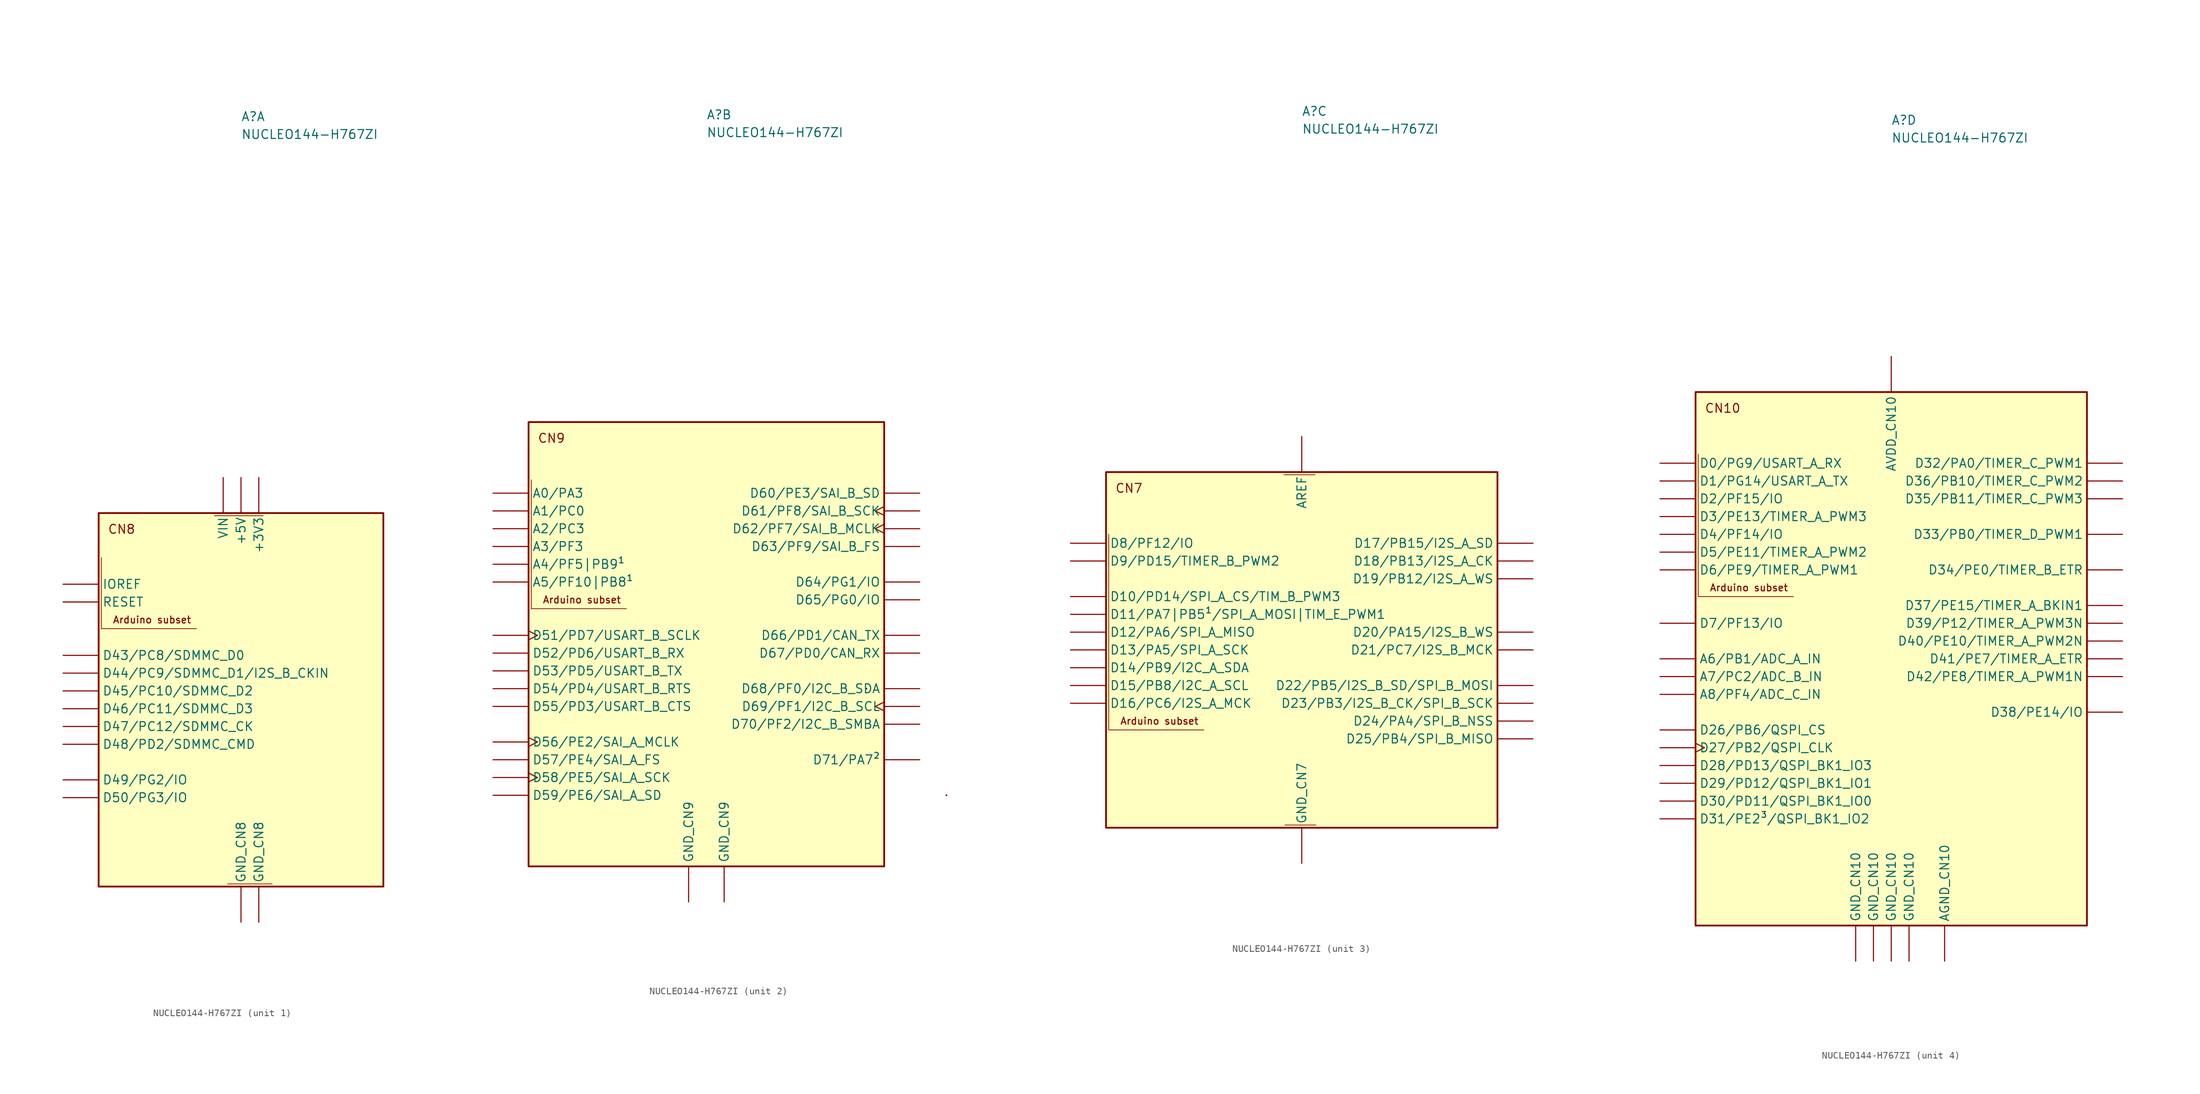
<source format=kicad_sym>
(kicad_symbol_lib
  (version 20231120)
  (generator "kicad_symbol_editor")
  (generator_version "8.0")
  (symbol "NUCLEO144-H767ZI"
    (pin_numbers hide)
    (property "Reference" "A"
      (at 0 76.2 0)
      (effects (font (size 1.27 1.27)) (justify left bottom)))
    (property "Value" "NUCLEO144-H767ZI"
      (at 0 73.66 0)
      (effects (font (size 1.27 1.27)) (justify left bottom)))
    (property "ki_locked" ""
      (at 0 0 0)
      (effects (font (size 1.27 1.27))))
    (symbol "NUCLEO144-H767ZI_1_0"
      (rectangle (start -20.32 20.32) (end 20.32 -33.02) (stroke (width 0.254) (type solid)) (fill (type background)))
      (polyline (pts (xy -19.939 13.97) (xy -19.939 3.81) (xy -6.35 3.81)) (stroke (width 0.102) (type solid)) (fill (type none)))
      (text "Arduino subset" (at -12.7 5.08 0) (effects (font (size 0.991 0.991))))
      (text "CN8" (at -19.05 17.272 0) (effects (font (size 1.27 1.27)) (justify left bottom)))
      (pin no_connect line (at -25.4 12.7 0) (length 5.08) hide (name "NC" (effects (font (size 1.27 1.27)))) (number "CN8_1" (effects (font (size 1.27 1.27)))))
      (pin bidirectional line (at -25.4 -10.16 0) (length 5.08) (name "D47/PC12/SDMMC_CK" (effects (font (size 1.27 1.27)))) (number "CN8_10" (effects (font (size 1.27 1.27)))))
      (pin power_in line (at 2.54 -38.1 90) (length 5.08) (name "GND_CN8" (effects (font (size 1.27 1.27)))) (number "CN8_11" (effects (font (size 1.27 1.27)))))
      (pin bidirectional line (at -25.4 -12.7 0) (length 5.08) (name "D48/PD2/SDMMC_CMD" (effects (font (size 1.27 1.27)))) (number "CN8_12" (effects (font (size 1.27 1.27)))))
      (pin power_in line (at 0 -38.1 90) (length 5.08) (name "GND_CN8" (effects (font (size 1.27 1.27)))) (number "CN8_13" (effects (font (size 1.27 1.27)))))
      (pin bidirectional line (at -25.4 -17.78 0) (length 5.08) (name "D49/PG2/IO" (effects (font (size 1.27 1.27)))) (number "CN8_14" (effects (font (size 1.27 1.27)))))
      (pin power_in line (at -2.54 25.4 270) (length 5.08) (name "VIN" (effects (font (size 1.27 1.27)))) (number "CN8_15" (effects (font (size 1.27 1.27)))))
      (pin bidirectional line (at -25.4 -20.32 0) (length 5.08) (name "D50/PG3/IO" (effects (font (size 1.27 1.27)))) (number "CN8_16" (effects (font (size 1.27 1.27)))))
      (pin bidirectional line (at -25.4 0 0) (length 5.08) (name "D43/PC8/SDMMC_D0" (effects (font (size 1.27 1.27)))) (number "CN8_2" (effects (font (size 1.27 1.27)))))
      (pin bidirectional line (at -25.4 10.16 0) (length 5.08) (name "IOREF" (effects (font (size 1.27 1.27)))) (number "CN8_3" (effects (font (size 1.27 1.27)))))
      (pin bidirectional line (at -25.4 -2.54 0) (length 5.08) (name "D44/PC9/SDMMC_D1/I2S_B_CKIN" (effects (font (size 1.27 1.27)))) (number "CN8_4" (effects (font (size 1.27 1.27)))))
      (pin bidirectional line (at -25.4 7.62 0) (length 5.08) (name "RESET" (effects (font (size 1.27 1.27)))) (number "CN8_5" (effects (font (size 1.27 1.27)))))
      (pin bidirectional line (at -25.4 -5.08 0) (length 5.08) (name "D45/PC10/SDMMC_D2" (effects (font (size 1.27 1.27)))) (number "CN8_6" (effects (font (size 1.27 1.27)))))
      (pin power_in line (at 2.54 25.4 270) (length 5.08) (name "+3V3" (effects (font (size 1.27 1.27)))) (number "CN8_7" (effects (font (size 1.27 1.27)))))
      (pin bidirectional line (at -25.4 -7.62 0) (length 5.08) (name "D46/PC11/SDMMC_D3" (effects (font (size 1.27 1.27)))) (number "CN8_8" (effects (font (size 1.27 1.27)))))
      (pin power_in line (at 0 25.4 270) (length 5.08) (name "+5V" (effects (font (size 1.27 1.27)))) (number "CN8_9" (effects (font (size 1.27 1.27))))))
    (symbol "NUCLEO144-H767ZI_1_1"
      (polyline (pts (xy -3.81 19.939) (xy 3.175 19.939)) (stroke (width 0.102) (type solid)) (fill (type none)))
      (polyline (pts (xy -1.905 -32.639) (xy 4.445 -32.639)) (stroke (width 0.102) (type solid)) (fill (type none))))
    (symbol "NUCLEO144-H767ZI_2_0"
      (rectangle (start -25.4 33.02) (end 25.4 -30.48) (stroke (width 0.254) (type solid)) (fill (type background)))
      (polyline (pts (xy -25.019 24.765) (xy -25.019 6.35) (xy -11.43 6.35)) (stroke (width 0.102) (type solid)) (fill (type none)))
      (rectangle (start 22.86 -5.08) (end 22.86 -5.08) (stroke (width 0.254) (type solid)) (fill (type none)))
      (rectangle (start 34.29 -20.32) (end 34.29 -20.32) (stroke (width 0.254) (type solid)) (fill (type none)))
      (text "Arduino subset" (at -17.78 7.62 0) (effects (font (size 0.991 0.991))))
      (text "CN9" (at -24.13 29.972 0) (effects (font (size 1.27 1.27)) (justify left bottom)))
      (pin bidirectional line (at -30.48 22.86 0) (length 5.08) (name "A0/PA3" (effects (font (size 1.27 1.27)))) (number "CN9_1" (effects (font (size 1.27 1.27)))))
      (pin bidirectional line (at -30.48 -7.62 0) (length 5.08) (name "D55/PD3/USART_B_CTS" (effects (font (size 1.27 1.27)))) (number "CN9_10" (effects (font (size 1.27 1.27)))))
      (pin bidirectional line (at -30.48 10.16 0) (length 5.08) (name "A5/PF10|PB8¹" (effects (font (size 1.27 1.27)))) (number "CN9_11" (effects (font (size 1.27 1.27)))))
      (pin power_in line (at -2.54 -35.56 90) (length 5.08) (name "GND_CN9" (effects (font (size 1.27 1.27)))) (number "CN9_12" (effects (font (size 1.27 1.27)))))
      (pin no_connect line (at 30.48 -20.32 180) (length 5.08) hide (name "D72/NC" (effects (font (size 1.27 1.27)))) (number "CN9_13" (effects (font (size 1.27 1.27)))))
      (pin bidirectional clock (at -30.48 -12.7 0) (length 5.08) (name "D56/PE2/SAI_A_MCLK" (effects (font (size 1.27 1.27)))) (number "CN9_14" (effects (font (size 1.27 1.27)))))
      (pin bidirectional line (at 30.48 -15.24 180) (length 5.08) (name "D71/PA7²" (effects (font (size 1.27 1.27)))) (number "CN9_15" (effects (font (size 1.27 1.27)))))
      (pin bidirectional line (at -30.48 -15.24 0) (length 5.08) (name "D57/PE4/SAI_A_FS" (effects (font (size 1.27 1.27)))) (number "CN9_16" (effects (font (size 1.27 1.27)))))
      (pin bidirectional line (at 30.48 -10.16 180) (length 5.08) (name "D70/PF2/I2C_B_SMBA" (effects (font (size 1.27 1.27)))) (number "CN9_17" (effects (font (size 1.27 1.27)))))
      (pin bidirectional clock (at -30.48 -17.78 0) (length 5.08) (name "D58/PE5/SAI_A_SCK" (effects (font (size 1.27 1.27)))) (number "CN9_18" (effects (font (size 1.27 1.27)))))
      (pin bidirectional clock (at 30.48 -7.62 180) (length 5.08) (name "D69/PF1/I2C_B_SCL" (effects (font (size 1.27 1.27)))) (number "CN9_19" (effects (font (size 1.27 1.27)))))
      (pin bidirectional clock (at -30.48 2.54 0) (length 5.08) (name "D51/PD7/USART_B_SCLK" (effects (font (size 1.27 1.27)))) (number "CN9_2" (effects (font (size 1.27 1.27)))))
      (pin bidirectional line (at -30.48 -20.32 0) (length 5.08) (name "D59/PE6/SAI_A_SD" (effects (font (size 1.27 1.27)))) (number "CN9_20" (effects (font (size 1.27 1.27)))))
      (pin bidirectional line (at 30.48 -5.08 180) (length 5.08) (name "D68/PF0/I2C_B_SDA" (effects (font (size 1.27 1.27)))) (number "CN9_21" (effects (font (size 1.27 1.27)))))
      (pin bidirectional line (at 30.48 22.86 180) (length 5.08) (name "D60/PE3/SAI_B_SD" (effects (font (size 1.27 1.27)))) (number "CN9_22" (effects (font (size 1.27 1.27)))))
      (pin power_in line (at 2.54 -35.56 90) (length 5.08) (name "GND_CN9" (effects (font (size 1.27 1.27)))) (number "CN9_23" (effects (font (size 1.27 1.27)))))
      (pin bidirectional clock (at 30.48 20.32 180) (length 5.08) (name "D61/PF8/SAI_B_SCK" (effects (font (size 1.27 1.27)))) (number "CN9_24" (effects (font (size 1.27 1.27)))))
      (pin bidirectional line (at 30.48 0 180) (length 5.08) (name "D67/PD0/CAN_RX" (effects (font (size 1.27 1.27)))) (number "CN9_25" (effects (font (size 1.27 1.27)))))
      (pin bidirectional clock (at 30.48 17.78 180) (length 5.08) (name "D62/PF7/SAI_B_MCLK" (effects (font (size 1.27 1.27)))) (number "CN9_26" (effects (font (size 1.27 1.27)))))
      (pin bidirectional line (at 30.48 2.54 180) (length 5.08) (name "D66/PD1/CAN_TX" (effects (font (size 1.27 1.27)))) (number "CN9_27" (effects (font (size 1.27 1.27)))))
      (pin bidirectional line (at 30.48 15.24 180) (length 5.08) (name "D63/PF9/SAI_B_FS" (effects (font (size 1.27 1.27)))) (number "CN9_28" (effects (font (size 1.27 1.27)))))
      (pin bidirectional line (at 30.48 7.62 180) (length 5.08) (name "D65/PG0/IO" (effects (font (size 1.27 1.27)))) (number "CN9_29" (effects (font (size 1.27 1.27)))))
      (pin bidirectional line (at -30.48 20.32 0) (length 5.08) (name "A1/PC0" (effects (font (size 1.27 1.27)))) (number "CN9_3" (effects (font (size 1.27 1.27)))))
      (pin bidirectional line (at 30.48 10.16 180) (length 5.08) (name "D64/PG1/IO" (effects (font (size 1.27 1.27)))) (number "CN9_30" (effects (font (size 1.27 1.27)))))
      (pin bidirectional line (at -30.48 0 0) (length 5.08) (name "D52/PD6/USART_B_RX" (effects (font (size 1.27 1.27)))) (number "CN9_4" (effects (font (size 1.27 1.27)))))
      (pin bidirectional line (at -30.48 17.78 0) (length 5.08) (name "A2/PC3" (effects (font (size 1.27 1.27)))) (number "CN9_5" (effects (font (size 1.27 1.27)))))
      (pin bidirectional line (at -30.48 -2.54 0) (length 5.08) (name "D53/PD5/USART_B_TX" (effects (font (size 1.27 1.27)))) (number "CN9_6" (effects (font (size 1.27 1.27)))))
      (pin bidirectional line (at -30.48 15.24 0) (length 5.08) (name "A3/PF3" (effects (font (size 1.27 1.27)))) (number "CN9_7" (effects (font (size 1.27 1.27)))))
      (pin bidirectional line (at -30.48 -5.08 0) (length 5.08) (name "D54/PD4/USART_B_RTS" (effects (font (size 1.27 1.27)))) (number "CN9_8" (effects (font (size 1.27 1.27)))))
      (pin bidirectional line (at -30.48 12.7 0) (length 5.08) (name "A4/PF5|PB9¹" (effects (font (size 1.27 1.27)))) (number "CN9_9" (effects (font (size 1.27 1.27))))))
    (symbol "NUCLEO144-H767ZI_3_0"
      (rectangle (start -27.94 25.4) (end 27.94 -25.4) (stroke (width 0.254) (type solid)) (fill (type background)))
      (polyline (pts (xy -27.559 16.51) (xy -27.559 -11.43) (xy -13.97 -11.43)) (stroke (width 0.102) (type solid)) (fill (type none)))
      (text "Arduino subset" (at -20.32 -10.16 0) (effects (font (size 0.991 0.991))))
      (text "CN7" (at -26.67 22.352 0) (effects (font (size 1.27 1.27)) (justify left bottom)))
      (pin bidirectional line (at -33.02 -7.62 0) (length 5.08) (name "D16/PC6/I2S_A_MCK" (effects (font (size 1.27 1.27)))) (number "CN7_1" (effects (font (size 1.27 1.27)))))
      (pin bidirectional line (at -33.02 0 0) (length 5.08) (name "D13/PA5/SPI_A_SCK" (effects (font (size 1.27 1.27)))) (number "CN7_10" (effects (font (size 1.27 1.27)))))
      (pin bidirectional line (at 33.02 0 180) (length 5.08) (name "D21/PC7/I2S_B_MCK" (effects (font (size 1.27 1.27)))) (number "CN7_11" (effects (font (size 1.27 1.27)))))
      (pin bidirectional line (at -33.02 2.54 0) (length 5.08) (name "D12/PA6/SPI_A_MISO" (effects (font (size 1.27 1.27)))) (number "CN7_12" (effects (font (size 1.27 1.27)))))
      (pin bidirectional line (at 33.02 -5.08 180) (length 5.08) (name "D22/PB5/I2S_B_SD/SPI_B_MOSI" (effects (font (size 1.27 1.27)))) (number "CN7_13" (effects (font (size 1.27 1.27)))))
      (pin bidirectional line (at -33.02 5.08 0) (length 5.08) (name "D11/PA7|PB5¹/SPI_A_MOSI|TIM_E_PWM1" (effects (font (size 1.27 1.27)))) (number "CN7_14" (effects (font (size 1.27 1.27)))))
      (pin bidirectional line (at 33.02 -7.62 180) (length 5.08) (name "D23/PB3/I2S_B_CK/SPI_B_SCK" (effects (font (size 1.27 1.27)))) (number "CN7_15" (effects (font (size 1.27 1.27)))))
      (pin bidirectional line (at -33.02 7.62 0) (length 5.08) (name "D10/PD14/SPI_A_CS/TIM_B_PWM3" (effects (font (size 1.27 1.27)))) (number "CN7_16" (effects (font (size 1.27 1.27)))))
      (pin bidirectional line (at 33.02 -10.16 180) (length 5.08) (name "D24/PA4/SPI_B_NSS" (effects (font (size 1.27 1.27)))) (number "CN7_17" (effects (font (size 1.27 1.27)))))
      (pin bidirectional line (at -33.02 12.7 0) (length 5.08) (name "D9/PD15/TIMER_B_PWM2" (effects (font (size 1.27 1.27)))) (number "CN7_18" (effects (font (size 1.27 1.27)))))
      (pin bidirectional line (at 33.02 -12.7 180) (length 5.08) (name "D25/PB4/SPI_B_MISO" (effects (font (size 1.27 1.27)))) (number "CN7_19" (effects (font (size 1.27 1.27)))))
      (pin bidirectional line (at -33.02 -5.08 0) (length 5.08) (name "D15/PB8/I2C_A_SCL" (effects (font (size 1.27 1.27)))) (number "CN7_2" (effects (font (size 1.27 1.27)))))
      (pin bidirectional line (at -33.02 15.24 0) (length 5.08) (name "D8/PF12/IO" (effects (font (size 1.27 1.27)))) (number "CN7_20" (effects (font (size 1.27 1.27)))))
      (pin bidirectional line (at 33.02 15.24 180) (length 5.08) (name "D17/PB15/I2S_A_SD" (effects (font (size 1.27 1.27)))) (number "CN7_3" (effects (font (size 1.27 1.27)))))
      (pin bidirectional line (at -33.02 -2.54 0) (length 5.08) (name "D14/PB9/I2C_A_SDA" (effects (font (size 1.27 1.27)))) (number "CN7_4" (effects (font (size 1.27 1.27)))))
      (pin bidirectional line (at 33.02 12.7 180) (length 5.08) (name "D18/PB13/I2S_A_CK" (effects (font (size 1.27 1.27)))) (number "CN7_5" (effects (font (size 1.27 1.27)))))
      (pin input line (at 0 30.48 270) (length 5.08) (name "AREF" (effects (font (size 1.27 1.27)))) (number "CN7_6" (effects (font (size 1.27 1.27)))))
      (pin bidirectional line (at 33.02 10.16 180) (length 5.08) (name "D19/PB12/I2S_A_WS" (effects (font (size 1.27 1.27)))) (number "CN7_7" (effects (font (size 1.27 1.27)))))
      (pin power_in line (at 0 -30.48 90) (length 5.08) (name "GND_CN7" (effects (font (size 1.27 1.27)))) (number "CN7_8" (effects (font (size 1.27 1.27)))))
      (pin bidirectional line (at 33.02 2.54 180) (length 5.08) (name "D20/PA15/I2S_B_WS" (effects (font (size 1.27 1.27)))) (number "CN7_9" (effects (font (size 1.27 1.27))))))
    (symbol "NUCLEO144-H767ZI_3_1"
      (polyline (pts (xy -2.54 25.019) (xy 1.905 25.019)) (stroke (width 0.102) (type solid)) (fill (type none)))
      (polyline (pts (xy 2.032 -25.019) (xy -2.413 -25.019)) (stroke (width 0.102) (type solid)) (fill (type none))))
    (symbol "NUCLEO144-H767ZI_4_0"
      (rectangle (start -27.94 38.1) (end 27.94 -38.1) (stroke (width 0.254) (type solid)) (fill (type background)))
      (polyline (pts (xy -27.559 29.21) (xy -27.559 8.89) (xy -13.97 8.89)) (stroke (width 0.102) (type solid)) (fill (type none)))
      (text "Arduino subset" (at -20.32 10.16 0) (effects (font (size 0.991 0.991))))
      (text "CN10" (at -26.67 35.052 0) (effects (font (size 1.27 1.27)) (justify left bottom)))
      (pin power_in line (at 0 43.18 270) (length 5.08) (name "AVDD_CN10" (effects (font (size 1.27 1.27)))) (number "CN10_1" (effects (font (size 1.27 1.27)))))
      (pin bidirectional line (at -33.02 20.32 0) (length 5.08) (name "D3/PE13/TIMER_A_PWM3" (effects (font (size 1.27 1.27)))) (number "CN10_10" (effects (font (size 1.27 1.27)))))
      (pin bidirectional line (at -33.02 -5.08 0) (length 5.08) (name "A8/PF4/ADC_C_IN" (effects (font (size 1.27 1.27)))) (number "CN10_11" (effects (font (size 1.27 1.27)))))
      (pin bidirectional line (at -33.02 22.86 0) (length 5.08) (name "D2/PF15/IO" (effects (font (size 1.27 1.27)))) (number "CN10_12" (effects (font (size 1.27 1.27)))))
      (pin bidirectional line (at -33.02 -10.16 0) (length 5.08) (name "D26/PB6/QSPI_CS" (effects (font (size 1.27 1.27)))) (number "CN10_13" (effects (font (size 1.27 1.27)))))
      (pin bidirectional line (at -33.02 25.4 0) (length 5.08) (name "D1/PG14/USART_A_TX" (effects (font (size 1.27 1.27)))) (number "CN10_14" (effects (font (size 1.27 1.27)))))
      (pin bidirectional clock (at -33.02 -12.7 0) (length 5.08) (name "D27/PB2/QSPI_CLK" (effects (font (size 1.27 1.27)))) (number "CN10_15" (effects (font (size 1.27 1.27)))))
      (pin bidirectional line (at -33.02 27.94 0) (length 5.08) (name "D0/PG9/USART_A_RX" (effects (font (size 1.27 1.27)))) (number "CN10_16" (effects (font (size 1.27 1.27)))))
      (pin power_in line (at -2.54 -43.18 90) (length 5.08) (name "GND_CN10" (effects (font (size 1.27 1.27)))) (number "CN10_17" (effects (font (size 1.27 1.27)))))
      (pin bidirectional line (at 33.02 -2.54 180) (length 5.08) (name "D42/PE8/TIMER_A_PWM1N" (effects (font (size 1.27 1.27)))) (number "CN10_18" (effects (font (size 1.27 1.27)))))
      (pin bidirectional line (at -33.02 -15.24 0) (length 5.08) (name "D28/PD13/QSPI_BK1_IO3" (effects (font (size 1.27 1.27)))) (number "CN10_19" (effects (font (size 1.27 1.27)))))
      (pin bidirectional line (at -33.02 5.08 0) (length 5.08) (name "D7/PF13/IO" (effects (font (size 1.27 1.27)))) (number "CN10_2" (effects (font (size 1.27 1.27)))))
      (pin bidirectional line (at 33.02 0 180) (length 5.08) (name "D41/PE7/TIMER_A_ETR" (effects (font (size 1.27 1.27)))) (number "CN10_20" (effects (font (size 1.27 1.27)))))
      (pin bidirectional line (at -33.02 -17.78 0) (length 5.08) (name "D29/PD12/QSPI_BK1_IO1" (effects (font (size 1.27 1.27)))) (number "CN10_21" (effects (font (size 1.27 1.27)))))
      (pin power_in line (at 0 -43.18 90) (length 5.08) (name "GND_CN10" (effects (font (size 1.27 1.27)))) (number "CN10_22" (effects (font (size 1.27 1.27)))))
      (pin bidirectional line (at -33.02 -20.32 0) (length 5.08) (name "D30/PD11/QSPI_BK1_IO0" (effects (font (size 1.27 1.27)))) (number "CN10_23" (effects (font (size 1.27 1.27)))))
      (pin bidirectional line (at 33.02 2.54 180) (length 5.08) (name "D40/PE10/TIMER_A_PWM2N" (effects (font (size 1.27 1.27)))) (number "CN10_24" (effects (font (size 1.27 1.27)))))
      (pin bidirectional line (at -33.02 -22.86 0) (length 5.08) (name "D31/PE2³/QSPI_BK1_IO2" (effects (font (size 1.27 1.27)))) (number "CN10_25" (effects (font (size 1.27 1.27)))))
      (pin bidirectional line (at 33.02 5.08 180) (length 5.08) (name "D39/P12/TIMER_A_PWM3N" (effects (font (size 1.27 1.27)))) (number "CN10_26" (effects (font (size 1.27 1.27)))))
      (pin power_in line (at 2.54 -43.18 90) (length 5.08) (name "GND_CN10" (effects (font (size 1.27 1.27)))) (number "CN10_27" (effects (font (size 1.27 1.27)))))
      (pin bidirectional line (at 33.02 -7.62 180) (length 5.08) (name "D38/PE14/IO" (effects (font (size 1.27 1.27)))) (number "CN10_28" (effects (font (size 1.27 1.27)))))
      (pin bidirectional line (at 33.02 27.94 180) (length 5.08) (name "D32/PA0/TIMER_C_PWM1" (effects (font (size 1.27 1.27)))) (number "CN10_29" (effects (font (size 1.27 1.27)))))
      (pin power_in line (at 7.62 -43.18 90) (length 5.08) (name "AGND_CN10" (effects (font (size 1.27 1.27)))) (number "CN10_3" (effects (font (size 1.27 1.27)))))
      (pin bidirectional line (at 33.02 7.62 180) (length 5.08) (name "D37/PE15/TIMER_A_BKIN1" (effects (font (size 1.27 1.27)))) (number "CN10_30" (effects (font (size 1.27 1.27)))))
      (pin bidirectional line (at 33.02 17.78 180) (length 5.08) (name "D33/PB0/TIMER_D_PWM1" (effects (font (size 1.27 1.27)))) (number "CN10_31" (effects (font (size 1.27 1.27)))))
      (pin bidirectional line (at 33.02 25.4 180) (length 5.08) (name "D36/PB10/TIMER_C_PWM2" (effects (font (size 1.27 1.27)))) (number "CN10_32" (effects (font (size 1.27 1.27)))))
      (pin bidirectional line (at 33.02 12.7 180) (length 5.08) (name "D34/PE0/TIMER_B_ETR" (effects (font (size 1.27 1.27)))) (number "CN10_33" (effects (font (size 1.27 1.27)))))
      (pin bidirectional line (at 33.02 22.86 180) (length 5.08) (name "D35/PB11/TIMER_C_PWM3" (effects (font (size 1.27 1.27)))) (number "CN10_34" (effects (font (size 1.27 1.27)))))
      (pin bidirectional line (at -33.02 12.7 0) (length 5.08) (name "D6/PE9/TIMER_A_PWM1" (effects (font (size 1.27 1.27)))) (number "CN10_4" (effects (font (size 1.27 1.27)))))
      (pin power_in line (at -5.08 -43.18 90) (length 5.08) (name "GND_CN10" (effects (font (size 1.27 1.27)))) (number "CN10_5" (effects (font (size 1.27 1.27)))))
      (pin bidirectional line (at -33.02 15.24 0) (length 5.08) (name "D5/PE11/TIMER_A_PWM2" (effects (font (size 1.27 1.27)))) (number "CN10_6" (effects (font (size 1.27 1.27)))))
      (pin bidirectional line (at -33.02 0 0) (length 5.08) (name "A6/PB1/ADC_A_IN" (effects (font (size 1.27 1.27)))) (number "CN10_7" (effects (font (size 1.27 1.27)))))
      (pin bidirectional line (at -33.02 17.78 0) (length 5.08) (name "D4/PF14/IO" (effects (font (size 1.27 1.27)))) (number "CN10_8" (effects (font (size 1.27 1.27)))))
      (pin bidirectional line (at -33.02 -2.54 0) (length 5.08) (name "A7/PC2/ADC_B_IN" (effects (font (size 1.27 1.27)))) (number "CN10_9" (effects (font (size 1.27 1.27))))))))
</source>
